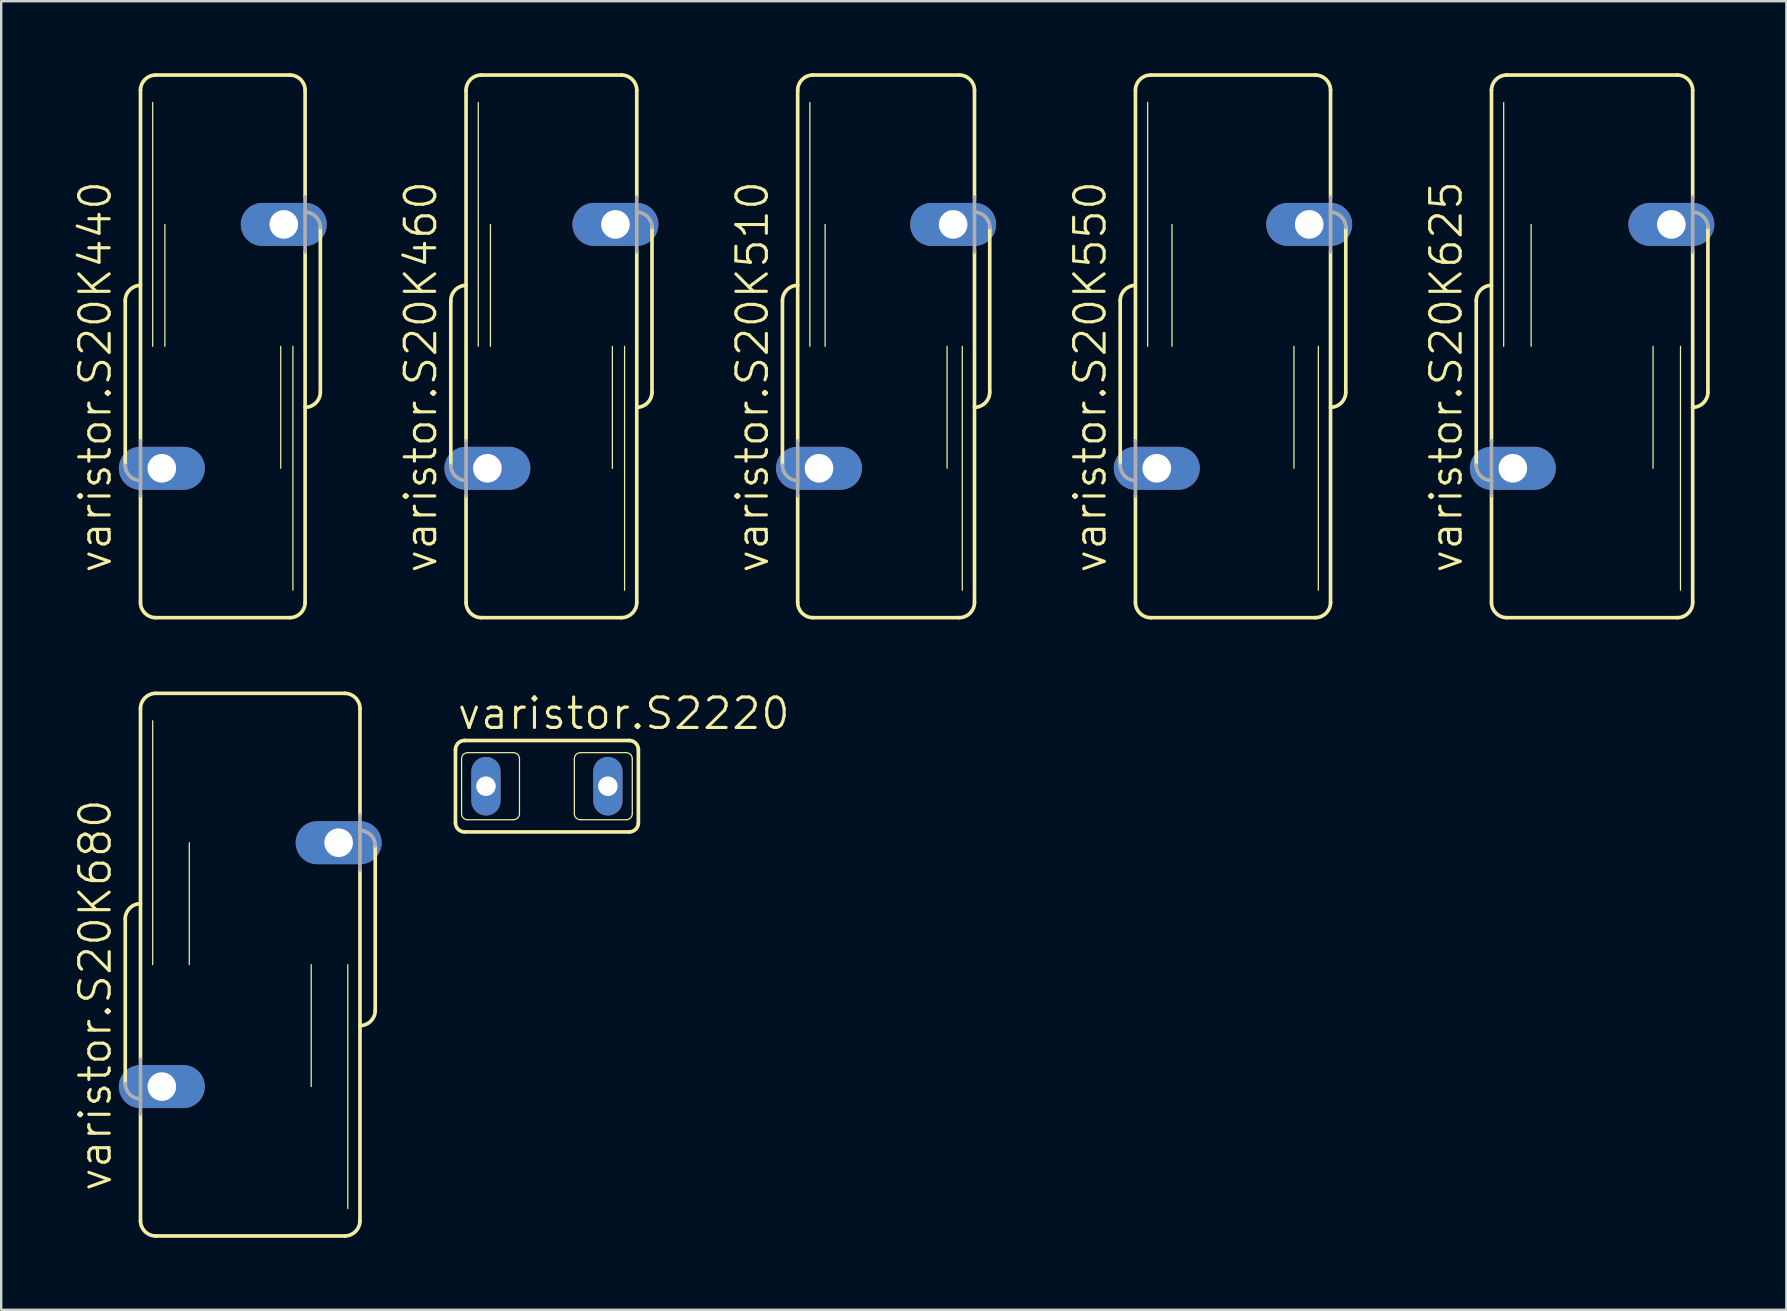
<source format=kicad_pcb>
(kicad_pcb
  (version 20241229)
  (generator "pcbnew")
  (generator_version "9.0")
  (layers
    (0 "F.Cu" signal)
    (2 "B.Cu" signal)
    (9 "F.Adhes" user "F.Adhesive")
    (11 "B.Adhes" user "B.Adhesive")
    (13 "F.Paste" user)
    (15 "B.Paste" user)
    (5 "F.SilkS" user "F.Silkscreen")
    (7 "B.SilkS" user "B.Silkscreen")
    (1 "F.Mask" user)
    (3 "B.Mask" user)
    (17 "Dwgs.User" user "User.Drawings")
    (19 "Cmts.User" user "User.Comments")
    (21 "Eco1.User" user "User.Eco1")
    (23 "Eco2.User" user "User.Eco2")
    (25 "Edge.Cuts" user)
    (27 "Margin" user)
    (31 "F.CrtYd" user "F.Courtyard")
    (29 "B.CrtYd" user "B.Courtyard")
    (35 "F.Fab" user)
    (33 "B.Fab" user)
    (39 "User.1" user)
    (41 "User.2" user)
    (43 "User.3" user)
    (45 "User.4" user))
  (footprint "varistor.S20K510"
    (layer "F.Cu")
    (at 33.865 11.379)
    (property "Reference" "varistor.S20K510" (at -4.826 9.525 90) (layer "F.SilkS") (effects (font (size 1.27 1.27) (thickness 0.13)) (justify left bottom)))
    (attr through_hole)
    (fp_line (start -4.318 -1.905) (end -4.318 4.953) (stroke (width 0.152) (type default)) (layer "F.SilkS"))
    (fp_line (start -3.683 3.937) (end -3.683 -10.668) (stroke (width 0.152) (type default)) (layer "F.SilkS"))
    (fp_line (start -3.683 10.668) (end -3.683 6.223) (stroke (width 0.152) (type default)) (layer "F.SilkS"))
    (fp_line (start -3.175 0) (end -3.175 -10.16) (stroke (width 0.051) (type default)) (layer "F.SilkS"))
    (fp_line (start -3.048 -11.303) (end 3.048 -11.303) (stroke (width 0.152) (type default)) (layer "F.SilkS"))
    (fp_line (start -3.048 11.303) (end 3.048 11.303) (stroke (width 0.152) (type default)) (layer "F.SilkS"))
    (fp_line (start -2.54 0) (end -2.54 -5.08) (stroke (width 0.051) (type default)) (layer "F.SilkS"))
    (fp_line (start 2.54 5.08) (end 2.54 0) (stroke (width 0.051) (type default)) (layer "F.SilkS"))
    (fp_line (start 3.175 10.16) (end 3.175 0) (stroke (width 0.051) (type default)) (layer "F.SilkS"))
    (fp_line (start 3.683 -6.223) (end 3.683 -10.668) (stroke (width 0.152) (type default)) (layer "F.SilkS"))
    (fp_line (start 3.683 10.668) (end 3.683 -3.937) (stroke (width 0.152) (type default)) (layer "F.SilkS"))
    (fp_line (start 4.318 1.905) (end 4.318 -4.953) (stroke (width 0.152) (type default)) (layer "F.SilkS"))
    (fp_arc (start -4.318 -1.905) (mid -4.132013 -2.354013) (end -3.683 -2.54) (stroke (width 0.1524) (type default)) (layer "F.SilkS"))
    (fp_arc (start -3.683 -10.668) (mid -3.497013 -11.117013) (end -3.048 -11.303) (stroke (width 0.1524) (type default)) (layer "F.SilkS"))
    (fp_arc (start -3.048 11.303) (mid -3.497013 11.117013) (end -3.683 10.668) (stroke (width 0.1524) (type default)) (layer "F.SilkS"))
    (fp_arc (start 3.048 -11.303) (mid 3.497013 -11.117013) (end 3.683 -10.668) (stroke (width 0.1524) (type default)) (layer "F.SilkS"))
    (fp_arc (start 3.683 10.668) (mid 3.497013 11.117013) (end 3.048 11.303) (stroke (width 0.1524) (type default)) (layer "F.SilkS"))
    (fp_arc (start 4.318 1.905) (mid 4.132013 2.354013) (end 3.683 2.54) (stroke (width 0.1524) (type default)) (layer "F.SilkS"))
    (fp_line (start -3.683 3.937) (end -3.683 6.223) (stroke (width 0.152) (type default)) (layer "F.Fab"))
    (fp_line (start 3.683 -3.937) (end 3.683 -6.223) (stroke (width 0.152) (type default)) (layer "F.Fab"))
    (fp_arc (start -3.683 5.588) (mid -4.132013 5.402013) (end -4.318 4.953) (stroke (width 0.1524) (type default)) (layer "F.Fab"))
    (fp_arc (start 3.683 -5.588) (mid 4.132013 -5.402013) (end 4.318 -4.953) (stroke (width 0.1524) (type default)) (layer "F.Fab"))
    (pad "1" thru_hole oval (at -2.794 5.08) (size 3.581 1.791) (drill 1.194) (layers "*.Cu" "*.Mask"))
    (pad "2" thru_hole oval (at 2.794 -5.08) (size 3.581 1.791) (drill 1.194) (layers "*.Cu" "*.Mask")))
  (footprint "varistor.S20K440"
    (layer "F.Cu")
    (at 6.232 11.379)
    (property "Reference" "varistor.S20K440" (at -4.572 9.525 90) (layer "F.SilkS") (effects (font (size 1.27 1.27) (thickness 0.13)) (justify left bottom)))
    (attr through_hole)
    (fp_line (start -4.064 -1.905) (end -4.064 4.953) (stroke (width 0.152) (type default)) (layer "F.SilkS"))
    (fp_line (start -3.429 3.937) (end -3.429 -10.668) (stroke (width 0.152) (type default)) (layer "F.SilkS"))
    (fp_line (start -3.429 10.668) (end -3.429 6.223) (stroke (width 0.152) (type default)) (layer "F.SilkS"))
    (fp_line (start -2.921 0) (end -2.921 -10.16) (stroke (width 0.051) (type default)) (layer "F.SilkS"))
    (fp_line (start -2.794 -11.303) (end 2.794 -11.303) (stroke (width 0.152) (type default)) (layer "F.SilkS"))
    (fp_line (start -2.794 11.303) (end 2.794 11.303) (stroke (width 0.152) (type default)) (layer "F.SilkS"))
    (fp_line (start -2.413 0) (end -2.413 -5.08) (stroke (width 0.051) (type default)) (layer "F.SilkS"))
    (fp_line (start 2.413 5.08) (end 2.413 0) (stroke (width 0.051) (type default)) (layer "F.SilkS"))
    (fp_line (start 2.921 10.16) (end 2.921 0) (stroke (width 0.051) (type default)) (layer "F.SilkS"))
    (fp_line (start 3.429 -6.223) (end 3.429 -10.668) (stroke (width 0.152) (type default)) (layer "F.SilkS"))
    (fp_line (start 3.429 10.668) (end 3.429 -3.937) (stroke (width 0.152) (type default)) (layer "F.SilkS"))
    (fp_line (start 4.064 1.905) (end 4.064 -4.953) (stroke (width 0.152) (type default)) (layer "F.SilkS"))
    (fp_arc (start -4.064 -1.905) (mid -3.878013 -2.354013) (end -3.429 -2.54) (stroke (width 0.1524) (type default)) (layer "F.SilkS"))
    (fp_arc (start -3.429 -10.668) (mid -3.243013 -11.117013) (end -2.794 -11.303) (stroke (width 0.1524) (type default)) (layer "F.SilkS"))
    (fp_arc (start -2.794 11.303) (mid -3.243013 11.117013) (end -3.429 10.668) (stroke (width 0.1524) (type default)) (layer "F.SilkS"))
    (fp_arc (start 2.794 -11.303) (mid 3.243013 -11.117013) (end 3.429 -10.668) (stroke (width 0.1524) (type default)) (layer "F.SilkS"))
    (fp_arc (start 3.429 10.668) (mid 3.243013 11.117013) (end 2.794 11.303) (stroke (width 0.1524) (type default)) (layer "F.SilkS"))
    (fp_arc (start 4.064 1.905) (mid 3.878013 2.354013) (end 3.429 2.54) (stroke (width 0.1524) (type default)) (layer "F.SilkS"))
    (fp_line (start -3.429 3.937) (end -3.429 6.223) (stroke (width 0.152) (type default)) (layer "F.Fab"))
    (fp_line (start 3.429 -3.937) (end 3.429 -6.223) (stroke (width 0.152) (type default)) (layer "F.Fab"))
    (fp_arc (start -3.429 5.588) (mid -3.878013 5.402013) (end -4.064 4.953) (stroke (width 0.1524) (type default)) (layer "F.Fab"))
    (fp_arc (start 3.429 -5.588) (mid 3.878013 -5.402013) (end 4.064 -4.953) (stroke (width 0.1524) (type default)) (layer "F.Fab"))
    (pad "1" thru_hole oval (at -2.54 5.08) (size 3.581 1.791) (drill 1.194) (layers "*.Cu" "*.Mask"))
    (pad "2" thru_hole oval (at 2.54 -5.08) (size 3.581 1.791) (drill 1.194) (layers "*.Cu" "*.Mask")))
  (footprint "varistor.S20K550"
    (layer "F.Cu")
    (at 48.317 11.379)
    (property "Reference" "varistor.S20K550" (at -5.207 9.525 90) (layer "F.SilkS") (effects (font (size 1.27 1.27) (thickness 0.13)) (justify left bottom)))
    (attr through_hole)
    (fp_line (start -4.699 -1.905) (end -4.699 4.953) (stroke (width 0.152) (type default)) (layer "F.SilkS"))
    (fp_line (start -4.064 3.937) (end -4.064 -10.668) (stroke (width 0.152) (type default)) (layer "F.SilkS"))
    (fp_line (start -4.064 10.668) (end -4.064 6.223) (stroke (width 0.152) (type default)) (layer "F.SilkS"))
    (fp_line (start -3.556 0) (end -3.556 -10.16) (stroke (width 0.051) (type default)) (layer "F.SilkS"))
    (fp_line (start -3.429 -11.303) (end 3.429 -11.303) (stroke (width 0.152) (type default)) (layer "F.SilkS"))
    (fp_line (start -3.429 11.303) (end 3.429 11.303) (stroke (width 0.152) (type default)) (layer "F.SilkS"))
    (fp_line (start -2.54 0) (end -2.54 -5.08) (stroke (width 0.051) (type default)) (layer "F.SilkS"))
    (fp_line (start 2.54 5.08) (end 2.54 0) (stroke (width 0.051) (type default)) (layer "F.SilkS"))
    (fp_line (start 3.556 10.16) (end 3.556 0) (stroke (width 0.051) (type default)) (layer "F.SilkS"))
    (fp_line (start 4.064 -6.223) (end 4.064 -10.668) (stroke (width 0.152) (type default)) (layer "F.SilkS"))
    (fp_line (start 4.064 10.668) (end 4.064 -3.937) (stroke (width 0.152) (type default)) (layer "F.SilkS"))
    (fp_line (start 4.699 1.905) (end 4.699 -4.953) (stroke (width 0.152) (type default)) (layer "F.SilkS"))
    (fp_arc (start -4.699 -1.905) (mid -4.513013 -2.354013) (end -4.064 -2.54) (stroke (width 0.1524) (type default)) (layer "F.SilkS"))
    (fp_arc (start -4.064 -10.668) (mid -3.878013 -11.117013) (end -3.429 -11.303) (stroke (width 0.1524) (type default)) (layer "F.SilkS"))
    (fp_arc (start -3.429 11.303) (mid -3.878013 11.117013) (end -4.064 10.668) (stroke (width 0.1524) (type default)) (layer "F.SilkS"))
    (fp_arc (start 3.429 -11.303) (mid 3.878013 -11.117013) (end 4.064 -10.668) (stroke (width 0.1524) (type default)) (layer "F.SilkS"))
    (fp_arc (start 4.064 10.668) (mid 3.878013 11.117013) (end 3.429 11.303) (stroke (width 0.1524) (type default)) (layer "F.SilkS"))
    (fp_arc (start 4.699 1.905) (mid 4.513013 2.354013) (end 4.064 2.54) (stroke (width 0.1524) (type default)) (layer "F.SilkS"))
    (fp_line (start -4.064 3.937) (end -4.064 6.223) (stroke (width 0.152) (type default)) (layer "F.Fab"))
    (fp_line (start 4.064 -3.937) (end 4.064 -6.223) (stroke (width 0.152) (type default)) (layer "F.Fab"))
    (fp_arc (start -4.064 5.588) (mid -4.513013 5.402013) (end -4.699 4.953) (stroke (width 0.1524) (type default)) (layer "F.Fab"))
    (fp_arc (start 4.064 -5.588) (mid 4.513013 -5.402013) (end 4.699 -4.953) (stroke (width 0.1524) (type default)) (layer "F.Fab"))
    (pad "1" thru_hole oval (at -3.175 5.08) (size 3.581 1.791) (drill 1.194) (layers "*.Cu" "*.Mask"))
    (pad "2" thru_hole oval (at 3.175 -5.08) (size 3.581 1.791) (drill 1.194) (layers "*.Cu" "*.Mask")))
  (footprint "varistor.S20K625"
    (layer "F.Cu")
    (at 63.277 11.379)
    (property "Reference" "varistor.S20K625" (at -5.334 9.525 90) (layer "F.SilkS") (effects (font (size 1.27 1.27) (thickness 0.13)) (justify left bottom)))
    (attr through_hole)
    (fp_line (start -4.826 -1.905) (end -4.826 4.953) (stroke (width 0.152) (type default)) (layer "F.SilkS"))
    (fp_line (start -4.191 3.937) (end -4.191 -10.668) (stroke (width 0.152) (type default)) (layer "F.SilkS"))
    (fp_line (start -4.191 10.668) (end -4.191 6.223) (stroke (width 0.152) (type default)) (layer "F.SilkS"))
    (fp_line (start -3.683 0) (end -3.683 -10.16) (stroke (width 0.051) (type default)) (layer "F.SilkS"))
    (fp_line (start -3.556 -11.303) (end 3.556 -11.303) (stroke (width 0.152) (type default)) (layer "F.SilkS"))
    (fp_line (start -3.556 11.303) (end 3.556 11.303) (stroke (width 0.152) (type default)) (layer "F.SilkS"))
    (fp_line (start -2.54 0) (end -2.54 -5.08) (stroke (width 0.051) (type default)) (layer "F.SilkS"))
    (fp_line (start 2.54 5.08) (end 2.54 0) (stroke (width 0.051) (type default)) (layer "F.SilkS"))
    (fp_line (start 3.683 10.16) (end 3.683 0) (stroke (width 0.051) (type default)) (layer "F.SilkS"))
    (fp_line (start 4.191 -6.223) (end 4.191 -10.668) (stroke (width 0.152) (type default)) (layer "F.SilkS"))
    (fp_line (start 4.191 10.668) (end 4.191 -3.937) (stroke (width 0.152) (type default)) (layer "F.SilkS"))
    (fp_line (start 4.826 1.905) (end 4.826 -4.953) (stroke (width 0.152) (type default)) (layer "F.SilkS"))
    (fp_arc (start -4.826 -1.905) (mid -4.640013 -2.354013) (end -4.191 -2.54) (stroke (width 0.1524) (type default)) (layer "F.SilkS"))
    (fp_arc (start -4.191 -10.668) (mid -4.005013 -11.117013) (end -3.556 -11.303) (stroke (width 0.1524) (type default)) (layer "F.SilkS"))
    (fp_arc (start -3.556 11.303) (mid -4.005013 11.117013) (end -4.191 10.668) (stroke (width 0.1524) (type default)) (layer "F.SilkS"))
    (fp_arc (start 3.556 -11.303) (mid 4.005013 -11.117013) (end 4.191 -10.668) (stroke (width 0.1524) (type default)) (layer "F.SilkS"))
    (fp_arc (start 4.191 10.668) (mid 4.005013 11.117013) (end 3.556 11.303) (stroke (width 0.1524) (type default)) (layer "F.SilkS"))
    (fp_arc (start 4.826 1.905) (mid 4.640013 2.354013) (end 4.191 2.54) (stroke (width 0.1524) (type default)) (layer "F.SilkS"))
    (fp_line (start -4.191 3.937) (end -4.191 6.223) (stroke (width 0.152) (type default)) (layer "F.Fab"))
    (fp_line (start 4.191 -3.937) (end 4.191 -6.223) (stroke (width 0.152) (type default)) (layer "F.Fab"))
    (fp_arc (start -4.191 5.588) (mid -4.640013 5.402013) (end -4.826 4.953) (stroke (width 0.1524) (type default)) (layer "F.Fab"))
    (fp_arc (start 4.191 -5.588) (mid 4.640013 -5.402013) (end 4.826 -4.953) (stroke (width 0.1524) (type default)) (layer "F.Fab"))
    (pad "1" thru_hole oval (at -3.302 5.08) (size 3.581 1.791) (drill 1.194) (layers "*.Cu" "*.Mask"))
    (pad "2" thru_hole oval (at 3.302 -5.08) (size 3.581 1.791) (drill 1.194) (layers "*.Cu" "*.Mask")))
  (footprint "varistor.S20K680"
    (layer "F.Cu")
    (at 7.375 37.138)
    (property "Reference" "varistor.S20K680" (at -5.715 9.525 90) (layer "F.SilkS") (effects (font (size 1.27 1.27) (thickness 0.13)) (justify left bottom)))
    (attr through_hole)
    (fp_line (start -5.207 -1.905) (end -5.207 4.953) (stroke (width 0.152) (type default)) (layer "F.SilkS"))
    (fp_line (start -4.572 3.937) (end -4.572 -10.668) (stroke (width 0.152) (type default)) (layer "F.SilkS"))
    (fp_line (start -4.572 10.668) (end -4.572 6.223) (stroke (width 0.152) (type default)) (layer "F.SilkS"))
    (fp_line (start -4.064 0) (end -4.064 -10.16) (stroke (width 0.051) (type default)) (layer "F.SilkS"))
    (fp_line (start -3.937 -11.303) (end 3.937 -11.303) (stroke (width 0.152) (type default)) (layer "F.SilkS"))
    (fp_line (start -3.937 11.303) (end 3.937 11.303) (stroke (width 0.152) (type default)) (layer "F.SilkS"))
    (fp_line (start -2.54 0) (end -2.54 -5.08) (stroke (width 0.051) (type default)) (layer "F.SilkS"))
    (fp_line (start 2.54 5.08) (end 2.54 0) (stroke (width 0.051) (type default)) (layer "F.SilkS"))
    (fp_line (start 4.064 10.16) (end 4.064 0) (stroke (width 0.051) (type default)) (layer "F.SilkS"))
    (fp_line (start 4.572 -6.223) (end 4.572 -10.668) (stroke (width 0.152) (type default)) (layer "F.SilkS"))
    (fp_line (start 4.572 10.668) (end 4.572 -3.937) (stroke (width 0.152) (type default)) (layer "F.SilkS"))
    (fp_line (start 5.207 1.905) (end 5.207 -4.953) (stroke (width 0.152) (type default)) (layer "F.SilkS"))
    (fp_arc (start -5.207 -1.905) (mid -5.021013 -2.354013) (end -4.572 -2.54) (stroke (width 0.1524) (type default)) (layer "F.SilkS"))
    (fp_arc (start -4.572 -10.668) (mid -4.386013 -11.117013) (end -3.937 -11.303) (stroke (width 0.1524) (type default)) (layer "F.SilkS"))
    (fp_arc (start -3.937 11.303) (mid -4.386013 11.117013) (end -4.572 10.668) (stroke (width 0.1524) (type default)) (layer "F.SilkS"))
    (fp_arc (start 3.937 -11.303) (mid 4.386013 -11.117013) (end 4.572 -10.668) (stroke (width 0.1524) (type default)) (layer "F.SilkS"))
    (fp_arc (start 4.572 10.668) (mid 4.386013 11.117013) (end 3.937 11.303) (stroke (width 0.1524) (type default)) (layer "F.SilkS"))
    (fp_arc (start 5.207 1.905) (mid 5.021013 2.354013) (end 4.572 2.54) (stroke (width 0.1524) (type default)) (layer "F.SilkS"))
    (fp_line (start -4.572 3.937) (end -4.572 6.223) (stroke (width 0.152) (type default)) (layer "F.Fab"))
    (fp_line (start 4.572 -3.937) (end 4.572 -6.223) (stroke (width 0.152) (type default)) (layer "F.Fab"))
    (fp_arc (start -4.572 5.588) (mid -5.021013 5.402013) (end -5.207 4.953) (stroke (width 0.1524) (type default)) (layer "F.Fab"))
    (fp_arc (start 4.572 -5.588) (mid 5.021013 -5.402013) (end 5.207 -4.953) (stroke (width 0.1524) (type default)) (layer "F.Fab"))
    (pad "1" thru_hole oval (at -3.683 5.08) (size 3.581 1.791) (drill 1.194) (layers "*.Cu" "*.Mask"))
    (pad "2" thru_hole oval (at 3.683 -5.08) (size 3.581 1.791) (drill 1.194) (layers "*.Cu" "*.Mask")))
  (footprint "varistor.S2220"
    (layer "F.Cu")
    (at 19.735 29.704)
    (property "Reference" "varistor.S2220" (at -3.81 -2.286 0) (layer "F.SilkS") (effects (font (size 1.27 1.27) (thickness 0.13)) (justify left bottom)))
    (attr through_hole)
    (fp_line (start -3.81 -1.524) (end -3.81 1.524) (stroke (width 0.152) (type default)) (layer "F.SilkS"))
    (fp_line (start -3.556 -1.143) (end -3.556 1.143) (stroke (width 0.051) (type default)) (layer "F.SilkS"))
    (fp_line (start -3.429 1.905) (end 3.429 1.905) (stroke (width 0.152) (type default)) (layer "F.SilkS"))
    (fp_line (start -1.397 -1.397) (end -3.302 -1.397) (stroke (width 0.051) (type default)) (layer "F.SilkS"))
    (fp_line (start -1.397 1.397) (end -3.302 1.397) (stroke (width 0.051) (type default)) (layer "F.SilkS"))
    (fp_line (start -1.143 -1.143) (end -1.143 1.143) (stroke (width 0.051) (type default)) (layer "F.SilkS"))
    (fp_line (start 1.143 -1.143) (end 1.143 1.143) (stroke (width 0.051) (type default)) (layer "F.SilkS"))
    (fp_line (start 3.302 -1.397) (end 1.397 -1.397) (stroke (width 0.051) (type default)) (layer "F.SilkS"))
    (fp_line (start 3.302 1.397) (end 1.397 1.397) (stroke (width 0.051) (type default)) (layer "F.SilkS"))
    (fp_line (start 3.429 -1.905) (end -3.429 -1.905) (stroke (width 0.152) (type default)) (layer "F.SilkS"))
    (fp_line (start 3.556 -1.143) (end 3.556 1.143) (stroke (width 0.051) (type default)) (layer "F.SilkS"))
    (fp_line (start 3.81 1.524) (end 3.81 -1.524) (stroke (width 0.152) (type default)) (layer "F.SilkS"))
    (fp_arc (start -3.81 -1.524) (mid -3.698408 -1.793408) (end -3.429 -1.905) (stroke (width 0.1524) (type default)) (layer "F.SilkS"))
    (fp_arc (start -3.556 -1.143) (mid -3.481605 -1.322605) (end -3.302 -1.397) (stroke (width 0.0508) (type default)) (layer "F.SilkS"))
    (fp_arc (start -3.429 1.905) (mid -3.698408 1.793408) (end -3.81 1.524) (stroke (width 0.1524) (type default)) (layer "F.SilkS"))
    (fp_arc (start -3.302 1.397) (mid -3.481605 1.322605) (end -3.556 1.143) (stroke (width 0.0508) (type default)) (layer "F.SilkS"))
    (fp_arc (start -1.397 -1.397) (mid -1.217395 -1.322605) (end -1.143 -1.143) (stroke (width 0.0508) (type default)) (layer "F.SilkS"))
    (fp_arc (start -1.143 1.143) (mid -1.217395 1.322605) (end -1.397 1.397) (stroke (width 0.0508) (type default)) (layer "F.SilkS"))
    (fp_arc (start 1.143 -1.143) (mid 1.217395 -1.322605) (end 1.397 -1.397) (stroke (width 0.0508) (type default)) (layer "F.SilkS"))
    (fp_arc (start 1.397 1.397) (mid 1.217395 1.322605) (end 1.143 1.143) (stroke (width 0.0508) (type default)) (layer "F.SilkS"))
    (fp_arc (start 3.302 -1.397) (mid 3.481605 -1.322605) (end 3.556 -1.143) (stroke (width 0.0508) (type default)) (layer "F.SilkS"))
    (fp_arc (start 3.429 -1.905) (mid 3.698408 -1.793408) (end 3.81 -1.524) (stroke (width 0.1524) (type default)) (layer "F.SilkS"))
    (fp_arc (start 3.556 1.143) (mid 3.481605 1.322605) (end 3.302 1.397) (stroke (width 0.0508) (type default)) (layer "F.SilkS"))
    (fp_arc (start 3.81 1.524) (mid 3.698408 1.793408) (end 3.429 1.905) (stroke (width 0.1524) (type default)) (layer "F.SilkS"))
    (pad "1" thru_hole oval (at -2.54 0 90) (size 2.438 1.219) (drill 0.813) (layers "*.Cu" "*.Mask"))
    (pad "2" thru_hole oval (at 2.54 0 90) (size 2.438 1.219) (drill 0.813) (layers "*.Cu" "*.Mask")))
  (footprint "varistor.S20K460"
    (layer "F.Cu")
    (at 19.922 11.379)
    (property "Reference" "varistor.S20K460" (at -4.699 9.525 90) (layer "F.SilkS") (effects (font (size 1.27 1.27) (thickness 0.13)) (justify left bottom)))
    (attr through_hole)
    (fp_line (start -4.191 -1.905) (end -4.191 4.953) (stroke (width 0.152) (type default)) (layer "F.SilkS"))
    (fp_line (start -3.556 3.937) (end -3.556 -10.668) (stroke (width 0.152) (type default)) (layer "F.SilkS"))
    (fp_line (start -3.556 10.668) (end -3.556 6.223) (stroke (width 0.152) (type default)) (layer "F.SilkS"))
    (fp_line (start -3.048 0) (end -3.048 -10.16) (stroke (width 0.051) (type default)) (layer "F.SilkS"))
    (fp_line (start -2.921 -11.303) (end 2.921 -11.303) (stroke (width 0.152) (type default)) (layer "F.SilkS"))
    (fp_line (start -2.921 11.303) (end 2.921 11.303) (stroke (width 0.152) (type default)) (layer "F.SilkS"))
    (fp_line (start -2.54 0) (end -2.54 -5.08) (stroke (width 0.051) (type default)) (layer "F.SilkS"))
    (fp_line (start 2.54 5.08) (end 2.54 0) (stroke (width 0.051) (type default)) (layer "F.SilkS"))
    (fp_line (start 3.048 10.16) (end 3.048 0) (stroke (width 0.051) (type default)) (layer "F.SilkS"))
    (fp_line (start 3.556 -6.223) (end 3.556 -10.668) (stroke (width 0.152) (type default)) (layer "F.SilkS"))
    (fp_line (start 3.556 10.668) (end 3.556 -3.937) (stroke (width 0.152) (type default)) (layer "F.SilkS"))
    (fp_line (start 4.191 1.905) (end 4.191 -4.953) (stroke (width 0.152) (type default)) (layer "F.SilkS"))
    (fp_arc (start -4.191 -1.905) (mid -4.005013 -2.354013) (end -3.556 -2.54) (stroke (width 0.1524) (type default)) (layer "F.SilkS"))
    (fp_arc (start -3.556 -10.668) (mid -3.370013 -11.117013) (end -2.921 -11.303) (stroke (width 0.1524) (type default)) (layer "F.SilkS"))
    (fp_arc (start -2.921 11.303) (mid -3.370013 11.117013) (end -3.556 10.668) (stroke (width 0.1524) (type default)) (layer "F.SilkS"))
    (fp_arc (start 2.921 -11.303) (mid 3.370013 -11.117013) (end 3.556 -10.668) (stroke (width 0.1524) (type default)) (layer "F.SilkS"))
    (fp_arc (start 3.556 10.668) (mid 3.370013 11.117013) (end 2.921 11.303) (stroke (width 0.1524) (type default)) (layer "F.SilkS"))
    (fp_arc (start 4.191 1.905) (mid 4.005013 2.354013) (end 3.556 2.54) (stroke (width 0.1524) (type default)) (layer "F.SilkS"))
    (fp_line (start -3.556 3.937) (end -3.556 6.223) (stroke (width 0.152) (type default)) (layer "F.Fab"))
    (fp_line (start 3.556 -3.937) (end 3.556 -6.223) (stroke (width 0.152) (type default)) (layer "F.Fab"))
    (fp_arc (start -3.556 5.588) (mid -4.005013 5.402013) (end -4.191 4.953) (stroke (width 0.1524) (type default)) (layer "F.Fab"))
    (fp_arc (start 3.556 -5.588) (mid 4.005013 -5.402013) (end 4.191 -4.953) (stroke (width 0.1524) (type default)) (layer "F.Fab"))
    (pad "1" thru_hole oval (at -2.667 5.08) (size 3.581 1.791) (drill 1.194) (layers "*.Cu" "*.Mask"))
    (pad "2" thru_hole oval (at 2.667 -5.08) (size 3.581 1.791) (drill 1.194) (layers "*.Cu" "*.Mask")))
  (gr_rect
    (start -3 -3)
    (end 71.37 51.517)
    (stroke (width 0.1) (type default))
    (fill no)
    (layer "Edge.Cuts")))
</source>
